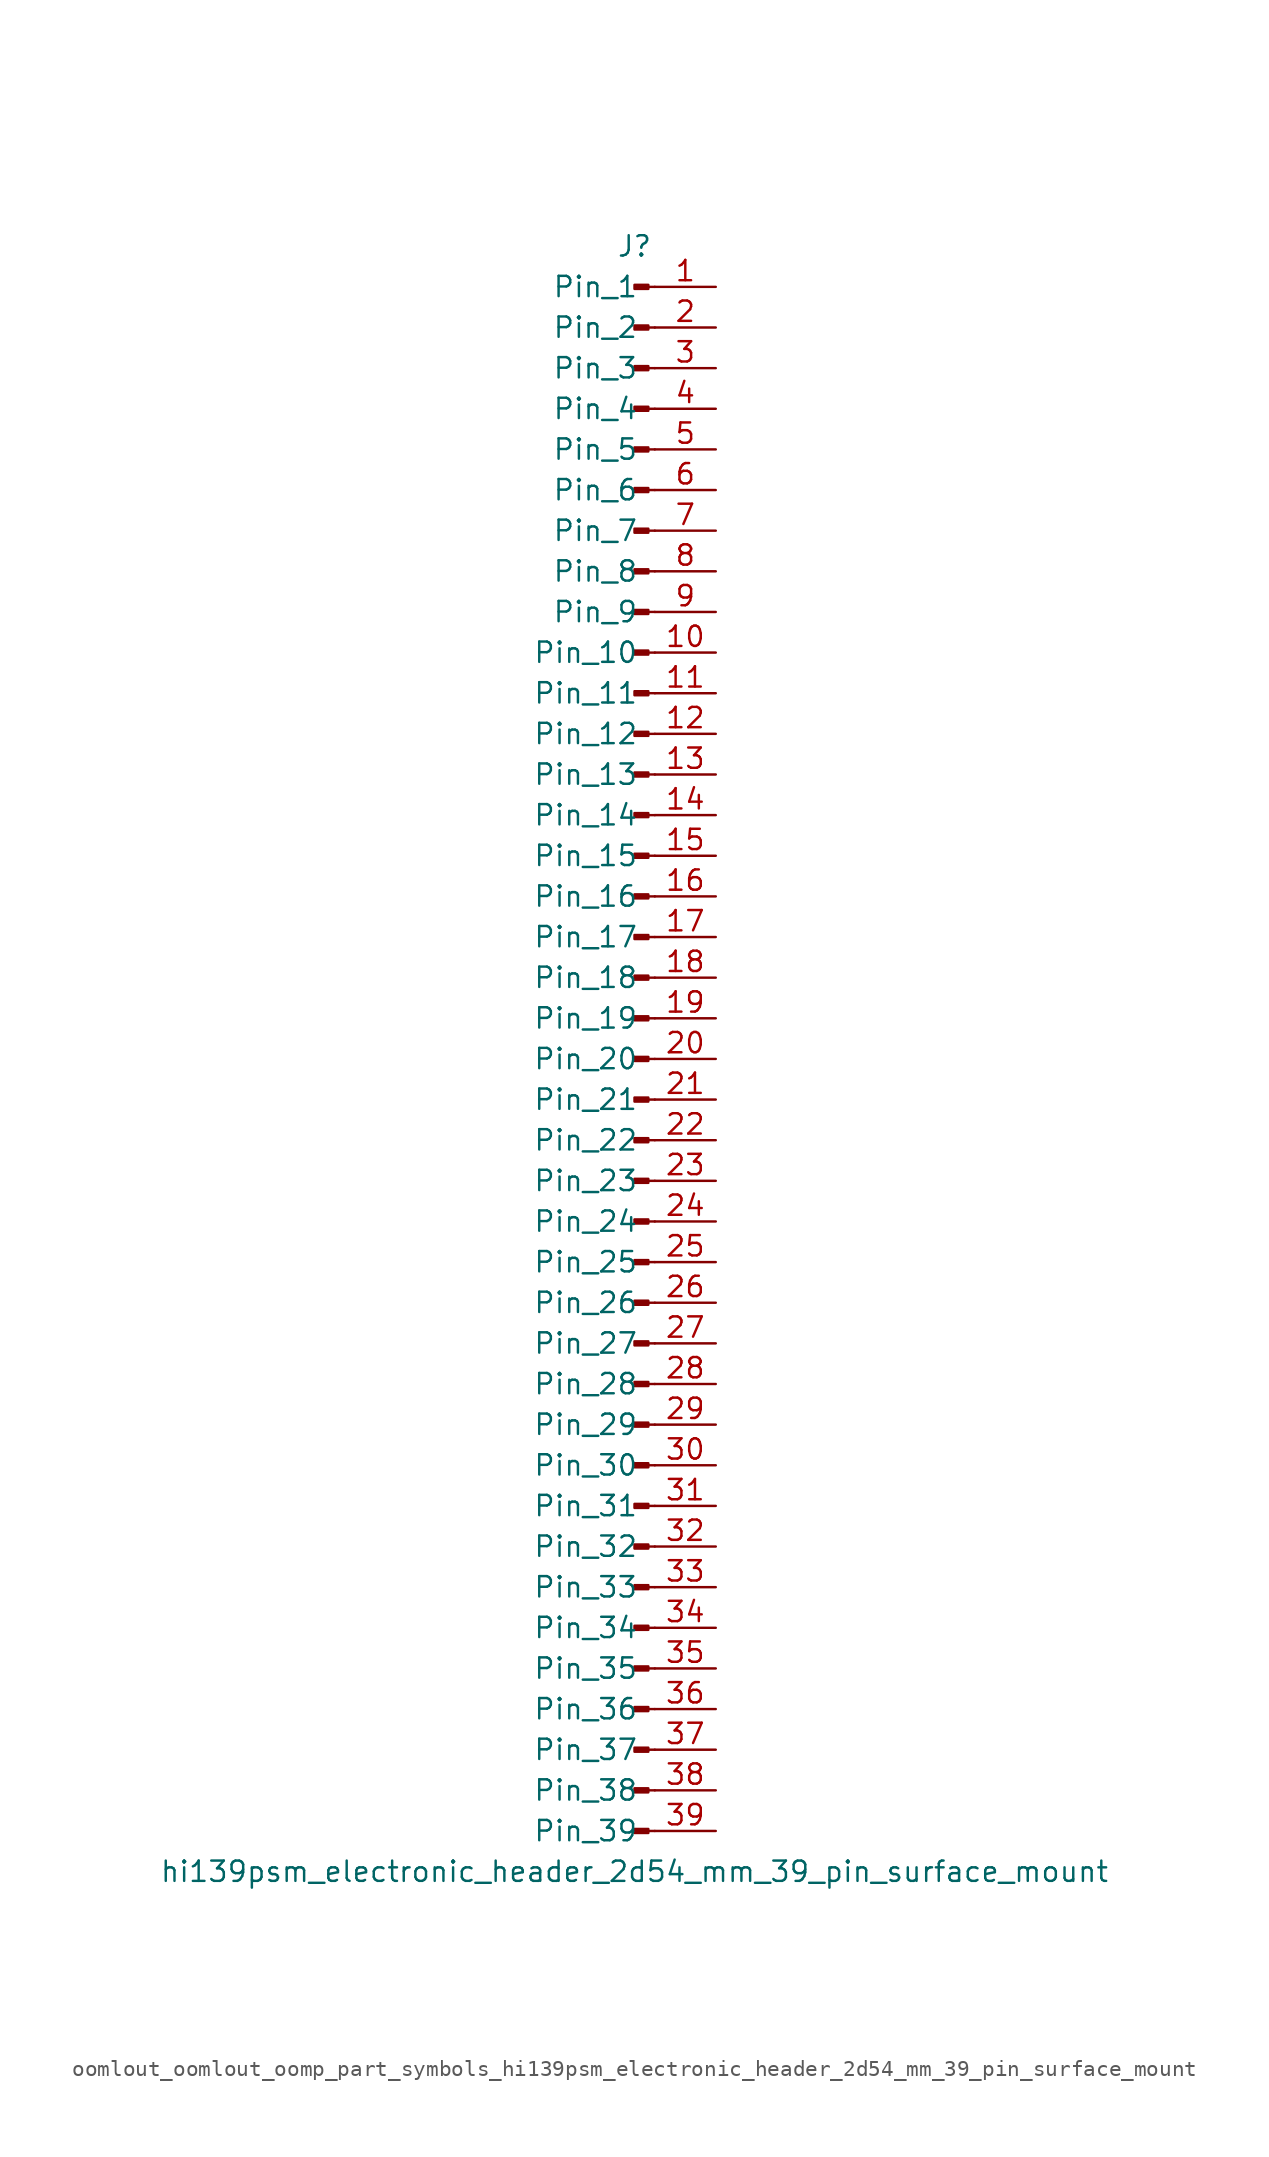
<source format=kicad_sym>
(kicad_symbol_lib
  (version 20220914)
  (generator kicad_symbol_editor)
  (symbol "oomlout_oomlout_oomp_part_symbols_hi139psm_electronic_header_2d54_mm_39_pin_surface_mount"
    (pin_names
      (offset 1.016))
    (property "Reference" "J"
      (at 0 50.8 0)
      (effects (font (size 1.27 1.27))))
    (property "Value" "hi139psm_electronic_header_2d54_mm_39_pin_surface_mount"
      (at 0 -50.8 0)
      (effects (font (size 1.27 1.27))))
    (property "ki_locked" ""
      (at 0 0 0)
      (effects (font (size 1.27 1.27))))
    (symbol "oomlout_oomlout_oomp_part_symbols_hi139psm_electronic_header_2d54_mm_39_pin_surface_mount_1_1"
      (polyline (pts (xy 1.27 -48.26) (xy 0.864 -48.26)) (stroke (width 0.152) (type default)) (fill (type none)))
      (polyline (pts (xy 1.27 -45.72) (xy 0.864 -45.72)) (stroke (width 0.152) (type default)) (fill (type none)))
      (polyline (pts (xy 1.27 -43.18) (xy 0.864 -43.18)) (stroke (width 0.152) (type default)) (fill (type none)))
      (polyline (pts (xy 1.27 -40.64) (xy 0.864 -40.64)) (stroke (width 0.152) (type default)) (fill (type none)))
      (polyline (pts (xy 1.27 -38.1) (xy 0.864 -38.1)) (stroke (width 0.152) (type default)) (fill (type none)))
      (polyline (pts (xy 1.27 -35.56) (xy 0.864 -35.56)) (stroke (width 0.152) (type default)) (fill (type none)))
      (polyline (pts (xy 1.27 -33.02) (xy 0.864 -33.02)) (stroke (width 0.152) (type default)) (fill (type none)))
      (polyline (pts (xy 1.27 -30.48) (xy 0.864 -30.48)) (stroke (width 0.152) (type default)) (fill (type none)))
      (polyline (pts (xy 1.27 -27.94) (xy 0.864 -27.94)) (stroke (width 0.152) (type default)) (fill (type none)))
      (polyline (pts (xy 1.27 -25.4) (xy 0.864 -25.4)) (stroke (width 0.152) (type default)) (fill (type none)))
      (polyline (pts (xy 1.27 -22.86) (xy 0.864 -22.86)) (stroke (width 0.152) (type default)) (fill (type none)))
      (polyline (pts (xy 1.27 -20.32) (xy 0.864 -20.32)) (stroke (width 0.152) (type default)) (fill (type none)))
      (polyline (pts (xy 1.27 -17.78) (xy 0.864 -17.78)) (stroke (width 0.152) (type default)) (fill (type none)))
      (polyline (pts (xy 1.27 -15.24) (xy 0.864 -15.24)) (stroke (width 0.152) (type default)) (fill (type none)))
      (polyline (pts (xy 1.27 -12.7) (xy 0.864 -12.7)) (stroke (width 0.152) (type default)) (fill (type none)))
      (polyline (pts (xy 1.27 -10.16) (xy 0.864 -10.16)) (stroke (width 0.152) (type default)) (fill (type none)))
      (polyline (pts (xy 1.27 -7.62) (xy 0.864 -7.62)) (stroke (width 0.152) (type default)) (fill (type none)))
      (polyline (pts (xy 1.27 -5.08) (xy 0.864 -5.08)) (stroke (width 0.152) (type default)) (fill (type none)))
      (polyline (pts (xy 1.27 -2.54) (xy 0.864 -2.54)) (stroke (width 0.152) (type default)) (fill (type none)))
      (polyline (pts (xy 1.27 0) (xy 0.864 0)) (stroke (width 0.152) (type default)) (fill (type none)))
      (polyline (pts (xy 1.27 2.54) (xy 0.864 2.54)) (stroke (width 0.152) (type default)) (fill (type none)))
      (polyline (pts (xy 1.27 5.08) (xy 0.864 5.08)) (stroke (width 0.152) (type default)) (fill (type none)))
      (polyline (pts (xy 1.27 7.62) (xy 0.864 7.62)) (stroke (width 0.152) (type default)) (fill (type none)))
      (polyline (pts (xy 1.27 10.16) (xy 0.864 10.16)) (stroke (width 0.152) (type default)) (fill (type none)))
      (polyline (pts (xy 1.27 12.7) (xy 0.864 12.7)) (stroke (width 0.152) (type default)) (fill (type none)))
      (polyline (pts (xy 1.27 15.24) (xy 0.864 15.24)) (stroke (width 0.152) (type default)) (fill (type none)))
      (polyline (pts (xy 1.27 17.78) (xy 0.864 17.78)) (stroke (width 0.152) (type default)) (fill (type none)))
      (polyline (pts (xy 1.27 20.32) (xy 0.864 20.32)) (stroke (width 0.152) (type default)) (fill (type none)))
      (polyline (pts (xy 1.27 22.86) (xy 0.864 22.86)) (stroke (width 0.152) (type default)) (fill (type none)))
      (polyline (pts (xy 1.27 25.4) (xy 0.864 25.4)) (stroke (width 0.152) (type default)) (fill (type none)))
      (polyline (pts (xy 1.27 27.94) (xy 0.864 27.94)) (stroke (width 0.152) (type default)) (fill (type none)))
      (polyline (pts (xy 1.27 30.48) (xy 0.864 30.48)) (stroke (width 0.152) (type default)) (fill (type none)))
      (polyline (pts (xy 1.27 33.02) (xy 0.864 33.02)) (stroke (width 0.152) (type default)) (fill (type none)))
      (polyline (pts (xy 1.27 35.56) (xy 0.864 35.56)) (stroke (width 0.152) (type default)) (fill (type none)))
      (polyline (pts (xy 1.27 38.1) (xy 0.864 38.1)) (stroke (width 0.152) (type default)) (fill (type none)))
      (polyline (pts (xy 1.27 40.64) (xy 0.864 40.64)) (stroke (width 0.152) (type default)) (fill (type none)))
      (polyline (pts (xy 1.27 43.18) (xy 0.864 43.18)) (stroke (width 0.152) (type default)) (fill (type none)))
      (polyline (pts (xy 1.27 45.72) (xy 0.864 45.72)) (stroke (width 0.152) (type default)) (fill (type none)))
      (polyline (pts (xy 1.27 48.26) (xy 0.864 48.26)) (stroke (width 0.152) (type default)) (fill (type none)))
      (rectangle (start 0.864 -48.133) (end 0 -48.387) (stroke (width 0.152) (type default)) (fill (type outline)))
      (rectangle (start 0.864 -45.593) (end 0 -45.847) (stroke (width 0.152) (type default)) (fill (type outline)))
      (rectangle (start 0.864 -43.053) (end 0 -43.307) (stroke (width 0.152) (type default)) (fill (type outline)))
      (rectangle (start 0.864 -40.513) (end 0 -40.767) (stroke (width 0.152) (type default)) (fill (type outline)))
      (rectangle (start 0.864 -37.973) (end 0 -38.227) (stroke (width 0.152) (type default)) (fill (type outline)))
      (rectangle (start 0.864 -35.433) (end 0 -35.687) (stroke (width 0.152) (type default)) (fill (type outline)))
      (rectangle (start 0.864 -32.893) (end 0 -33.147) (stroke (width 0.152) (type default)) (fill (type outline)))
      (rectangle (start 0.864 -30.353) (end 0 -30.607) (stroke (width 0.152) (type default)) (fill (type outline)))
      (rectangle (start 0.864 -27.813) (end 0 -28.067) (stroke (width 0.152) (type default)) (fill (type outline)))
      (rectangle (start 0.864 -25.273) (end 0 -25.527) (stroke (width 0.152) (type default)) (fill (type outline)))
      (rectangle (start 0.864 -22.733) (end 0 -22.987) (stroke (width 0.152) (type default)) (fill (type outline)))
      (rectangle (start 0.864 -20.193) (end 0 -20.447) (stroke (width 0.152) (type default)) (fill (type outline)))
      (rectangle (start 0.864 -17.653) (end 0 -17.907) (stroke (width 0.152) (type default)) (fill (type outline)))
      (rectangle (start 0.864 -15.113) (end 0 -15.367) (stroke (width 0.152) (type default)) (fill (type outline)))
      (rectangle (start 0.864 -12.573) (end 0 -12.827) (stroke (width 0.152) (type default)) (fill (type outline)))
      (rectangle (start 0.864 -10.033) (end 0 -10.287) (stroke (width 0.152) (type default)) (fill (type outline)))
      (rectangle (start 0.864 -7.493) (end 0 -7.747) (stroke (width 0.152) (type default)) (fill (type outline)))
      (rectangle (start 0.864 -4.953) (end 0 -5.207) (stroke (width 0.152) (type default)) (fill (type outline)))
      (rectangle (start 0.864 -2.413) (end 0 -2.667) (stroke (width 0.152) (type default)) (fill (type outline)))
      (rectangle (start 0.864 0.127) (end 0 -0.127) (stroke (width 0.152) (type default)) (fill (type outline)))
      (rectangle (start 0.864 2.667) (end 0 2.413) (stroke (width 0.152) (type default)) (fill (type outline)))
      (rectangle (start 0.864 5.207) (end 0 4.953) (stroke (width 0.152) (type default)) (fill (type outline)))
      (rectangle (start 0.864 7.747) (end 0 7.493) (stroke (width 0.152) (type default)) (fill (type outline)))
      (rectangle (start 0.864 10.287) (end 0 10.033) (stroke (width 0.152) (type default)) (fill (type outline)))
      (rectangle (start 0.864 12.827) (end 0 12.573) (stroke (width 0.152) (type default)) (fill (type outline)))
      (rectangle (start 0.864 15.367) (end 0 15.113) (stroke (width 0.152) (type default)) (fill (type outline)))
      (rectangle (start 0.864 17.907) (end 0 17.653) (stroke (width 0.152) (type default)) (fill (type outline)))
      (rectangle (start 0.864 20.447) (end 0 20.193) (stroke (width 0.152) (type default)) (fill (type outline)))
      (rectangle (start 0.864 22.987) (end 0 22.733) (stroke (width 0.152) (type default)) (fill (type outline)))
      (rectangle (start 0.864 25.527) (end 0 25.273) (stroke (width 0.152) (type default)) (fill (type outline)))
      (rectangle (start 0.864 28.067) (end 0 27.813) (stroke (width 0.152) (type default)) (fill (type outline)))
      (rectangle (start 0.864 30.607) (end 0 30.353) (stroke (width 0.152) (type default)) (fill (type outline)))
      (rectangle (start 0.864 33.147) (end 0 32.893) (stroke (width 0.152) (type default)) (fill (type outline)))
      (rectangle (start 0.864 35.687) (end 0 35.433) (stroke (width 0.152) (type default)) (fill (type outline)))
      (rectangle (start 0.864 38.227) (end 0 37.973) (stroke (width 0.152) (type default)) (fill (type outline)))
      (rectangle (start 0.864 40.767) (end 0 40.513) (stroke (width 0.152) (type default)) (fill (type outline)))
      (rectangle (start 0.864 43.307) (end 0 43.053) (stroke (width 0.152) (type default)) (fill (type outline)))
      (rectangle (start 0.864 45.847) (end 0 45.593) (stroke (width 0.152) (type default)) (fill (type outline)))
      (rectangle (start 0.864 48.387) (end 0 48.133) (stroke (width 0.152) (type default)) (fill (type outline)))
      (pin passive line (at 5.08 48.26 180) (length 3.81) (name "Pin_1" (effects (font (size 1.27 1.27)))) (number "1" (effects (font (size 1.27 1.27)))))
      (pin passive line (at 5.08 25.4 180) (length 3.81) (name "Pin_10" (effects (font (size 1.27 1.27)))) (number "10" (effects (font (size 1.27 1.27)))))
      (pin passive line (at 5.08 22.86 180) (length 3.81) (name "Pin_11" (effects (font (size 1.27 1.27)))) (number "11" (effects (font (size 1.27 1.27)))))
      (pin passive line (at 5.08 20.32 180) (length 3.81) (name "Pin_12" (effects (font (size 1.27 1.27)))) (number "12" (effects (font (size 1.27 1.27)))))
      (pin passive line (at 5.08 17.78 180) (length 3.81) (name "Pin_13" (effects (font (size 1.27 1.27)))) (number "13" (effects (font (size 1.27 1.27)))))
      (pin passive line (at 5.08 15.24 180) (length 3.81) (name "Pin_14" (effects (font (size 1.27 1.27)))) (number "14" (effects (font (size 1.27 1.27)))))
      (pin passive line (at 5.08 12.7 180) (length 3.81) (name "Pin_15" (effects (font (size 1.27 1.27)))) (number "15" (effects (font (size 1.27 1.27)))))
      (pin passive line (at 5.08 10.16 180) (length 3.81) (name "Pin_16" (effects (font (size 1.27 1.27)))) (number "16" (effects (font (size 1.27 1.27)))))
      (pin passive line (at 5.08 7.62 180) (length 3.81) (name "Pin_17" (effects (font (size 1.27 1.27)))) (number "17" (effects (font (size 1.27 1.27)))))
      (pin passive line (at 5.08 5.08 180) (length 3.81) (name "Pin_18" (effects (font (size 1.27 1.27)))) (number "18" (effects (font (size 1.27 1.27)))))
      (pin passive line (at 5.08 2.54 180) (length 3.81) (name "Pin_19" (effects (font (size 1.27 1.27)))) (number "19" (effects (font (size 1.27 1.27)))))
      (pin passive line (at 5.08 45.72 180) (length 3.81) (name "Pin_2" (effects (font (size 1.27 1.27)))) (number "2" (effects (font (size 1.27 1.27)))))
      (pin passive line (at 5.08 0 180) (length 3.81) (name "Pin_20" (effects (font (size 1.27 1.27)))) (number "20" (effects (font (size 1.27 1.27)))))
      (pin passive line (at 5.08 -2.54 180) (length 3.81) (name "Pin_21" (effects (font (size 1.27 1.27)))) (number "21" (effects (font (size 1.27 1.27)))))
      (pin passive line (at 5.08 -5.08 180) (length 3.81) (name "Pin_22" (effects (font (size 1.27 1.27)))) (number "22" (effects (font (size 1.27 1.27)))))
      (pin passive line (at 5.08 -7.62 180) (length 3.81) (name "Pin_23" (effects (font (size 1.27 1.27)))) (number "23" (effects (font (size 1.27 1.27)))))
      (pin passive line (at 5.08 -10.16 180) (length 3.81) (name "Pin_24" (effects (font (size 1.27 1.27)))) (number "24" (effects (font (size 1.27 1.27)))))
      (pin passive line (at 5.08 -12.7 180) (length 3.81) (name "Pin_25" (effects (font (size 1.27 1.27)))) (number "25" (effects (font (size 1.27 1.27)))))
      (pin passive line (at 5.08 -15.24 180) (length 3.81) (name "Pin_26" (effects (font (size 1.27 1.27)))) (number "26" (effects (font (size 1.27 1.27)))))
      (pin passive line (at 5.08 -17.78 180) (length 3.81) (name "Pin_27" (effects (font (size 1.27 1.27)))) (number "27" (effects (font (size 1.27 1.27)))))
      (pin passive line (at 5.08 -20.32 180) (length 3.81) (name "Pin_28" (effects (font (size 1.27 1.27)))) (number "28" (effects (font (size 1.27 1.27)))))
      (pin passive line (at 5.08 -22.86 180) (length 3.81) (name "Pin_29" (effects (font (size 1.27 1.27)))) (number "29" (effects (font (size 1.27 1.27)))))
      (pin passive line (at 5.08 43.18 180) (length 3.81) (name "Pin_3" (effects (font (size 1.27 1.27)))) (number "3" (effects (font (size 1.27 1.27)))))
      (pin passive line (at 5.08 -25.4 180) (length 3.81) (name "Pin_30" (effects (font (size 1.27 1.27)))) (number "30" (effects (font (size 1.27 1.27)))))
      (pin passive line (at 5.08 -27.94 180) (length 3.81) (name "Pin_31" (effects (font (size 1.27 1.27)))) (number "31" (effects (font (size 1.27 1.27)))))
      (pin passive line (at 5.08 -30.48 180) (length 3.81) (name "Pin_32" (effects (font (size 1.27 1.27)))) (number "32" (effects (font (size 1.27 1.27)))))
      (pin passive line (at 5.08 -33.02 180) (length 3.81) (name "Pin_33" (effects (font (size 1.27 1.27)))) (number "33" (effects (font (size 1.27 1.27)))))
      (pin passive line (at 5.08 -35.56 180) (length 3.81) (name "Pin_34" (effects (font (size 1.27 1.27)))) (number "34" (effects (font (size 1.27 1.27)))))
      (pin passive line (at 5.08 -38.1 180) (length 3.81) (name "Pin_35" (effects (font (size 1.27 1.27)))) (number "35" (effects (font (size 1.27 1.27)))))
      (pin passive line (at 5.08 -40.64 180) (length 3.81) (name "Pin_36" (effects (font (size 1.27 1.27)))) (number "36" (effects (font (size 1.27 1.27)))))
      (pin passive line (at 5.08 -43.18 180) (length 3.81) (name "Pin_37" (effects (font (size 1.27 1.27)))) (number "37" (effects (font (size 1.27 1.27)))))
      (pin passive line (at 5.08 -45.72 180) (length 3.81) (name "Pin_38" (effects (font (size 1.27 1.27)))) (number "38" (effects (font (size 1.27 1.27)))))
      (pin passive line (at 5.08 -48.26 180) (length 3.81) (name "Pin_39" (effects (font (size 1.27 1.27)))) (number "39" (effects (font (size 1.27 1.27)))))
      (pin passive line (at 5.08 40.64 180) (length 3.81) (name "Pin_4" (effects (font (size 1.27 1.27)))) (number "4" (effects (font (size 1.27 1.27)))))
      (pin passive line (at 5.08 38.1 180) (length 3.81) (name "Pin_5" (effects (font (size 1.27 1.27)))) (number "5" (effects (font (size 1.27 1.27)))))
      (pin passive line (at 5.08 35.56 180) (length 3.81) (name "Pin_6" (effects (font (size 1.27 1.27)))) (number "6" (effects (font (size 1.27 1.27)))))
      (pin passive line (at 5.08 33.02 180) (length 3.81) (name "Pin_7" (effects (font (size 1.27 1.27)))) (number "7" (effects (font (size 1.27 1.27)))))
      (pin passive line (at 5.08 30.48 180) (length 3.81) (name "Pin_8" (effects (font (size 1.27 1.27)))) (number "8" (effects (font (size 1.27 1.27)))))
      (pin passive line (at 5.08 27.94 180) (length 3.81) (name "Pin_9" (effects (font (size 1.27 1.27)))) (number "9" (effects (font (size 1.27 1.27))))))))
</source>
